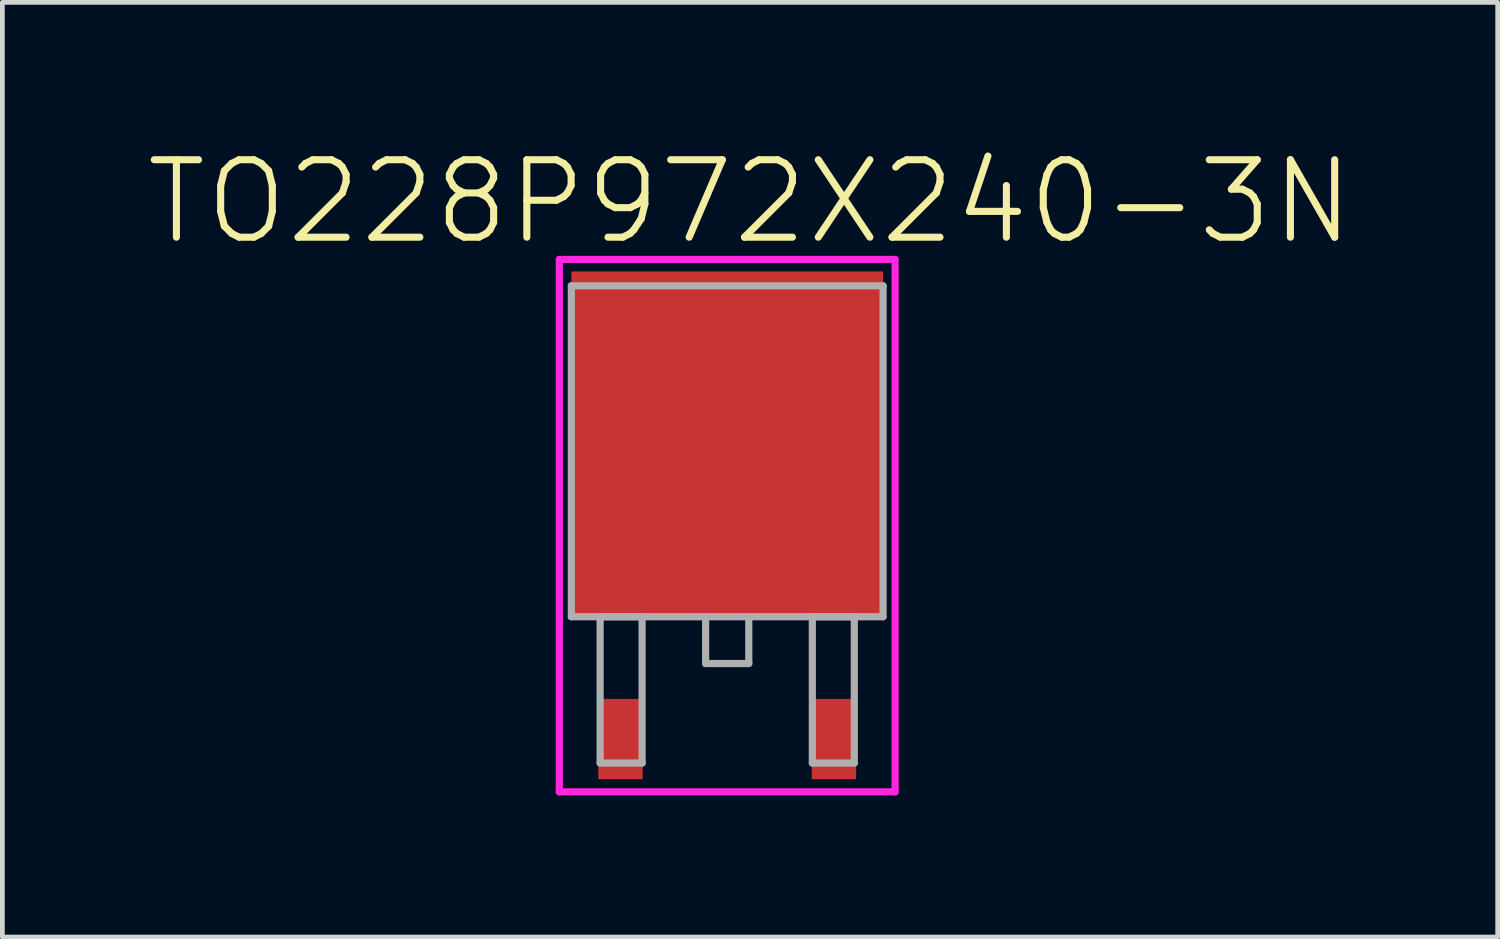
<source format=kicad_pcb>
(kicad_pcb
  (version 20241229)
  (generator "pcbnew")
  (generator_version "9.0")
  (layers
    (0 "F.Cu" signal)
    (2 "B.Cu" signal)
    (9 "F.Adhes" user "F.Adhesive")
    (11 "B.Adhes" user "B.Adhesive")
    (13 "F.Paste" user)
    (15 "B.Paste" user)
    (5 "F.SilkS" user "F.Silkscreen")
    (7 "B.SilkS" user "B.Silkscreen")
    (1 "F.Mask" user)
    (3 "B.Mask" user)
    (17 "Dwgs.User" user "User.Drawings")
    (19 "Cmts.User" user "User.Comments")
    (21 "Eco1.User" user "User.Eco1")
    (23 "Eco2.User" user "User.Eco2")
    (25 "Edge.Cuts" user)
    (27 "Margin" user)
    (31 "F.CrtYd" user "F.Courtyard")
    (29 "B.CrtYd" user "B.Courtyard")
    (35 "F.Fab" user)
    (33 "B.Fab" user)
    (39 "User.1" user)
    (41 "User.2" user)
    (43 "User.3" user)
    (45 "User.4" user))
  (footprint "TO228P972X240-3N"
    (layer "F.Cu")
    (at 12.355 6.51)
    (property "Reference" "TO228P972X240-3N" (at 0.483 -5.287 0) (layer "F.SilkS") (effects (font (size 1.641 1.641) (thickness 0.15))))
    (attr smd)
    (fp_line (start -3.556 -4.064) (end 3.556 -4.064) (stroke (width 0.152) (type solid)) (layer "F.CrtYd"))
    (fp_line (start -3.556 7.214) (end -3.556 -4.064) (stroke (width 0.152) (type solid)) (layer "F.CrtYd"))
    (fp_line (start 3.556 -4.064) (end 3.556 7.214) (stroke (width 0.152) (type solid)) (layer "F.CrtYd"))
    (fp_line (start 3.556 7.214) (end -3.556 7.214) (stroke (width 0.152) (type solid)) (layer "F.CrtYd"))
    (fp_line (start -3.302 -3.505) (end -3.302 3.505) (stroke (width 0.152) (type solid)) (layer "F.Fab"))
    (fp_line (start -3.302 3.505) (end 3.302 3.505) (stroke (width 0.152) (type solid)) (layer "F.Fab"))
    (fp_line (start -2.692 3.505) (end -2.692 6.604) (stroke (width 0.152) (type solid)) (layer "F.Fab"))
    (fp_line (start -2.692 6.604) (end -1.803 6.604) (stroke (width 0.152) (type solid)) (layer "F.Fab"))
    (fp_line (start -1.803 3.505) (end -2.692 3.505) (stroke (width 0.152) (type solid)) (layer "F.Fab"))
    (fp_line (start -1.803 6.604) (end -1.803 3.505) (stroke (width 0.152) (type solid)) (layer "F.Fab"))
    (fp_line (start -0.457 3.505) (end -0.457 4.496) (stroke (width 0.152) (type solid)) (layer "F.Fab"))
    (fp_line (start -0.457 4.496) (end 0.457 4.496) (stroke (width 0.152) (type solid)) (layer "F.Fab"))
    (fp_line (start 0.457 4.496) (end 0.457 3.505) (stroke (width 0.152) (type solid)) (layer "F.Fab"))
    (fp_line (start 1.803 3.505) (end 1.803 6.604) (stroke (width 0.152) (type solid)) (layer "F.Fab"))
    (fp_line (start 1.803 6.604) (end 2.692 6.604) (stroke (width 0.152) (type solid)) (layer "F.Fab"))
    (fp_line (start 2.692 3.505) (end 1.803 3.505) (stroke (width 0.152) (type solid)) (layer "F.Fab"))
    (fp_line (start 2.692 6.604) (end 2.692 3.505) (stroke (width 0.152) (type solid)) (layer "F.Fab"))
    (fp_line (start 3.302 -3.505) (end -3.302 -3.505) (stroke (width 0.152) (type solid)) (layer "F.Fab"))
    (fp_line (start 3.302 3.505) (end 3.302 -3.505) (stroke (width 0.152) (type solid)) (layer "F.Fab"))
    (pad "1" smd rect (at -2.261 6.096) (size 0.94 1.702) (layers "F.Cu" "F.Mask" "F.Paste"))
    (pad "2" smd rect (at 0 -0.152) (size 6.604 7.315) (layers "F.Cu" "F.Mask" "F.Paste"))
    (pad "3" smd rect (at 2.261 6.096) (size 0.94 1.702) (layers "F.Cu" "F.Mask" "F.Paste")))
  (gr_rect
    (start -3 -3)
    (end 28.676 16.8)
    (stroke (width 0.1) (type default))
    (fill no)
    (layer "Edge.Cuts")))
</source>
